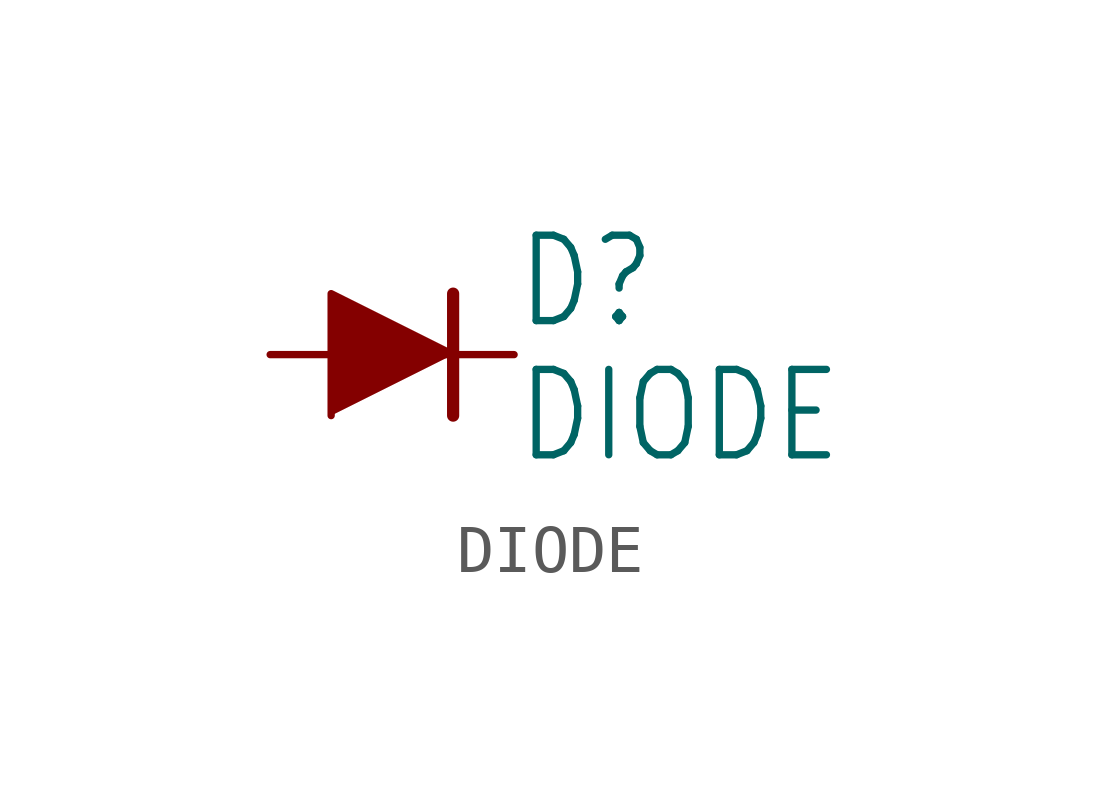
<source format=kicad_sym>
(kicad_symbol_lib
  (version 20211014)
  (generator kicad_symbol_editor)
  (symbol "DIODE"
    (property "Reference" "D"
      (at 2.54 0.483 0)
      (effects (font (size 1.778 1.511)) (justify left bottom)))
    (property "Value" "DIODE"
      (at 2.54 -2.311 0)
      (effects (font (size 1.778 1.511)) (justify left bottom)))
    (property "ki_locked" ""
      (at 0 0 0)
      (effects (font (size 1.27 1.27))))
    (symbol "DIODE_1_0"
      (polyline (pts (xy 1.27 0) (xy 1.27 -1.27)) (stroke (width 0.254) (type default) (color 0 0 0 0)) (fill (type none)))
      (polyline (pts (xy 1.27 1.27) (xy 1.27 0)) (stroke (width 0.254) (type default) (color 0 0 0 0)) (fill (type none)))
      (polyline (pts (xy 1.27 0) (xy -1.27 1.27) (xy -1.27 -1.27)) (stroke (width 0) (type default) (color 0 0 0 0)) (fill (type outline)))
      (pin passive line (at -2.54 0 0) (length 2.54) (name "A" (effects (font (size 0 0)))) (number "A" (effects (font (size 0 0)))))
      (pin passive line (at 2.54 0 180) (length 2.54) (name "C" (effects (font (size 0 0)))) (number "C" (effects (font (size 0 0))))))))
</source>
